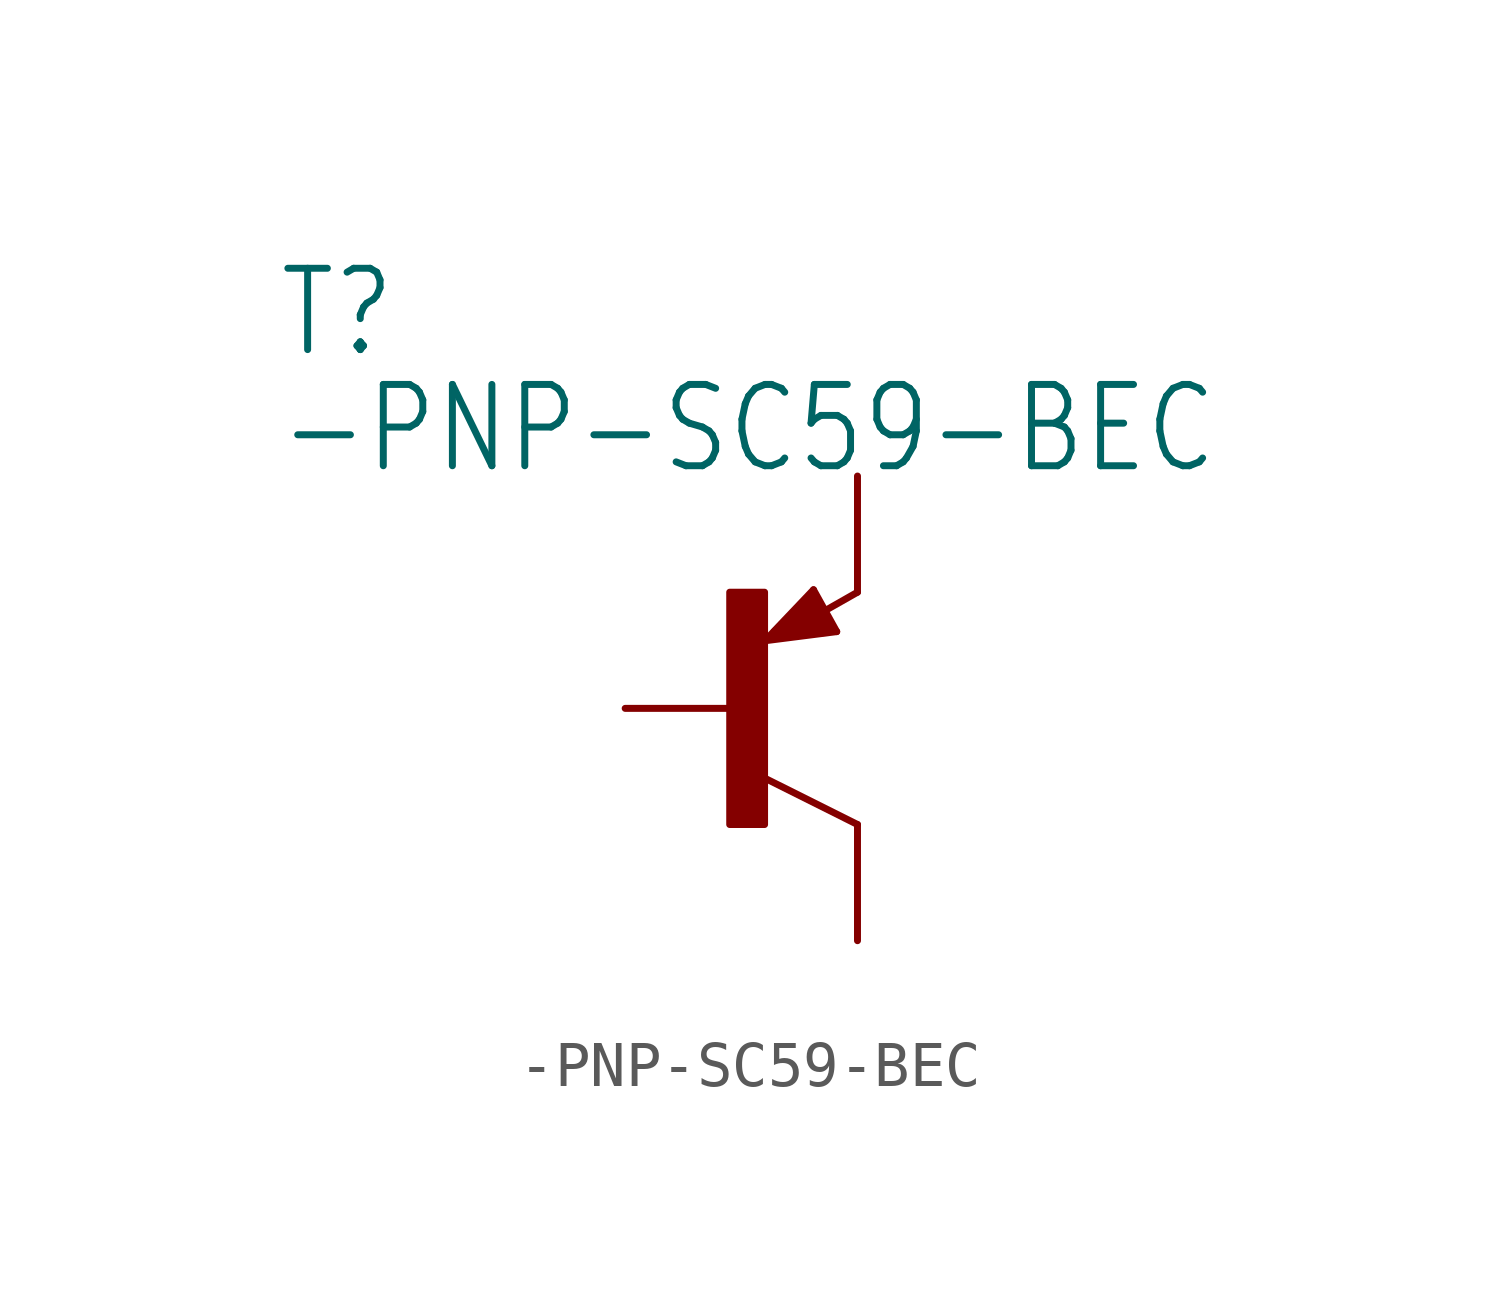
<source format=kicad_sym>
(kicad_symbol_lib
  (version 20211014)
  (generator kicad_symbol_editor)
  (symbol "-PNP-SC59-BEC"
    (property "Reference" "T"
      (at -10.16 7.62 0)
      (effects (font (size 1.778 1.511)) (justify left bottom)))
    (property "Value" "-PNP-SC59-BEC"
      (at -10.16 5.08 0)
      (effects (font (size 1.778 1.511)) (justify left bottom)))
    (property "ki_locked" ""
      (at 0 0 0)
      (effects (font (size 1.27 1.27))))
    (symbol "-PNP-SC59-BEC_1_0"
      (rectangle (start -0.254 -2.54) (end 0.508 2.54) (stroke (width 0) (type default) (color 0 0 0 0)) (fill (type outline)))
      (polyline (pts (xy 0.516 1.478) (xy 2.086 1.678)) (stroke (width 0.152) (type default) (color 0 0 0 0)) (fill (type none)))
      (polyline (pts (xy 0.762 1.651) (xy 1.778 1.778)) (stroke (width 0.254) (type default) (color 0 0 0 0)) (fill (type none)))
      (polyline (pts (xy 1.143 1.905) (xy 1.524 1.905)) (stroke (width 0.254) (type default) (color 0 0 0 0)) (fill (type none)))
      (polyline (pts (xy 1.524 2.159) (xy 1.143 1.905)) (stroke (width 0.254) (type default) (color 0 0 0 0)) (fill (type none)))
      (polyline (pts (xy 1.524 2.413) (xy 0.762 1.651)) (stroke (width 0.254) (type default) (color 0 0 0 0)) (fill (type none)))
      (polyline (pts (xy 1.578 2.594) (xy 0.516 1.478)) (stroke (width 0.152) (type default) (color 0 0 0 0)) (fill (type none)))
      (polyline (pts (xy 1.778 1.778) (xy 1.524 2.159)) (stroke (width 0.254) (type default) (color 0 0 0 0)) (fill (type none)))
      (polyline (pts (xy 1.905 1.778) (xy 1.524 2.413)) (stroke (width 0.254) (type default) (color 0 0 0 0)) (fill (type none)))
      (polyline (pts (xy 2.086 1.678) (xy 1.578 2.594)) (stroke (width 0.152) (type default) (color 0 0 0 0)) (fill (type none)))
      (polyline (pts (xy 2.54 -2.54) (xy 0.508 -1.524)) (stroke (width 0.152) (type default) (color 0 0 0 0)) (fill (type none)))
      (polyline (pts (xy 2.54 2.54) (xy 1.808 2.124)) (stroke (width 0.152) (type default) (color 0 0 0 0)) (fill (type none)))
      (pin passive line (at -2.54 0 0) (length 2.54) (name "B" (effects (font (size 0 0)))) (number "B" (effects (font (size 0 0)))))
      (pin passive line (at 2.54 -5.08 90) (length 2.54) (name "C" (effects (font (size 0 0)))) (number "C" (effects (font (size 0 0)))))
      (pin passive line (at 2.54 5.08 270) (length 2.54) (name "E" (effects (font (size 0 0)))) (number "E" (effects (font (size 0 0))))))))
</source>
